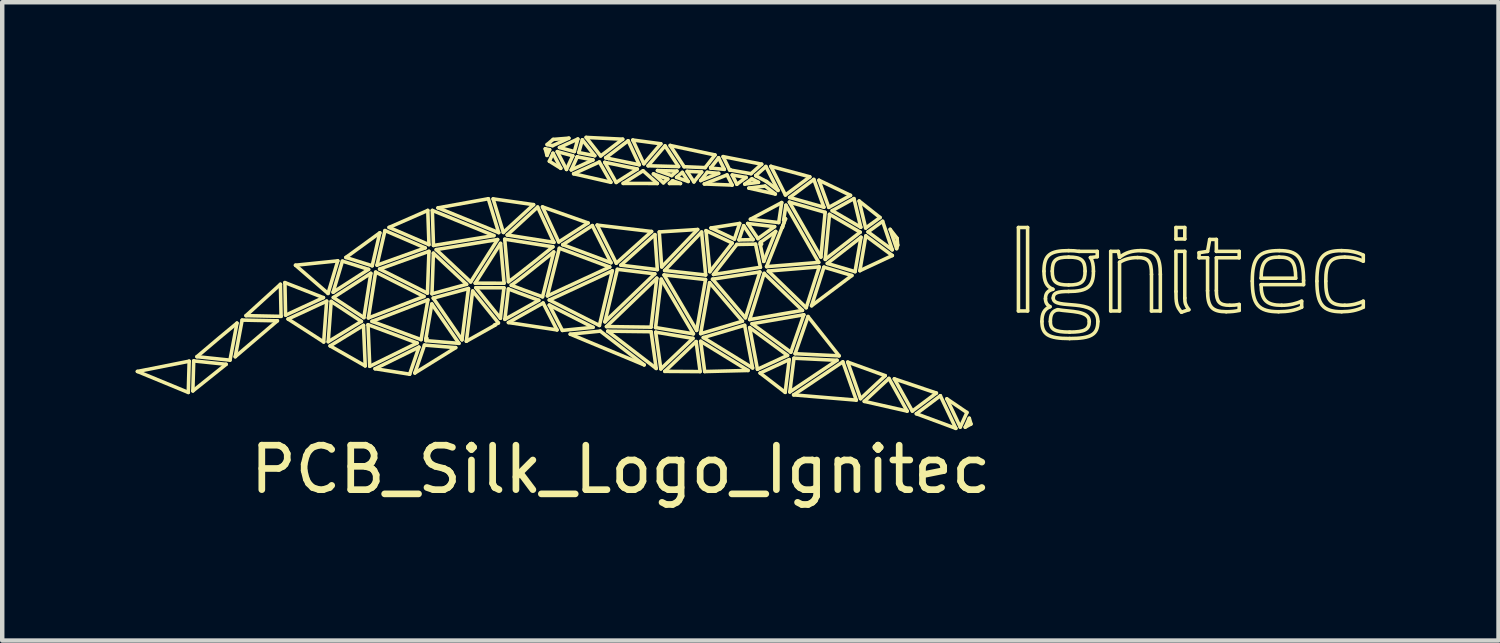
<source format=kicad_pcb>
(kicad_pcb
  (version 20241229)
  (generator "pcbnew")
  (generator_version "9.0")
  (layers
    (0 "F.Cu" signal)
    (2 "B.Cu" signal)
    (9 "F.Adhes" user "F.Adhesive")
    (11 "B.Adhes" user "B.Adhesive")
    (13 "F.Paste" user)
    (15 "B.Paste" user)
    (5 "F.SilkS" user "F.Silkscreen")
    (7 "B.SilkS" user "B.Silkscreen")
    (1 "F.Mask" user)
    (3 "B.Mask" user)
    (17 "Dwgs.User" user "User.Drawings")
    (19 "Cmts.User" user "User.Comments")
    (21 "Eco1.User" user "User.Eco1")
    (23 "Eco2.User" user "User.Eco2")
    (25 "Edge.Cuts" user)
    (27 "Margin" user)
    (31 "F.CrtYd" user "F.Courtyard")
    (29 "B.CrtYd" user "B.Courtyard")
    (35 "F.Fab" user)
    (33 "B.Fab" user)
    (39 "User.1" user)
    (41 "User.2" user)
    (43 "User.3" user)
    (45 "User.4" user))
  (footprint "PCB_Silk_Logo_Ignitec"
    (layer "F.Cu")
    (at 10.609 7.306)
    (property "Reference" "PCB_Silk_Logo_Ignitec" (at 0.3 0.2 0) (unlocked yes) (layer "F.SilkS") (effects (font (size 1 1) (thickness 0.15))))
    (attr exclude_from_pos_files exclude_from_bom)
    (fp_line (start -10.569 -2.003) (end -9.405 -2.234) (stroke (width 0.08) (type solid)) (layer "F.SilkS"))
    (fp_line (start -9.425 -1.531) (end -10.569 -2.003) (stroke (width 0.08) (type solid)) (layer "F.SilkS"))
    (fp_line (start -9.405 -2.234) (end -9.425 -1.531) (stroke (width 0.08) (type solid)) (layer "F.SilkS"))
    (fp_line (start -9.322 -1.565) (end -9.303 -2.24) (stroke (width 0.08) (type solid)) (layer "F.SilkS"))
    (fp_line (start -9.303 -2.24) (end -8.574 -2.164) (stroke (width 0.08) (type solid)) (layer "F.SilkS"))
    (fp_line (start -8.574 -2.164) (end -9.322 -1.565) (stroke (width 0.08) (type solid)) (layer "F.SilkS"))
    (fp_line (start -8.369 -2.334) (end -8.214 -3.158) (stroke (width 0.08) (type solid)) (layer "F.SilkS"))
    (fp_line (start -8.214 -3.158) (end -7.421 -3.142) (stroke (width 0.08) (type solid)) (layer "F.SilkS"))
    (fp_line (start -8.127 -3.258) (end -7.353 -3.963) (stroke (width 0.08) (type solid)) (layer "F.SilkS"))
    (fp_line (start -7.421 -3.142) (end -8.369 -2.334) (stroke (width 0.08) (type solid)) (layer "F.SilkS"))
    (fp_line (start -7.353 -3.963) (end -7.338 -3.242) (stroke (width 0.08) (type solid)) (layer "F.SilkS"))
    (fp_line (start -7.338 -3.242) (end -8.127 -3.258) (stroke (width 0.08) (type solid)) (layer "F.SilkS"))
    (fp_line (start -7.252 -4.001) (end -6.386 -3.663) (stroke (width 0.08) (type solid)) (layer "F.SilkS"))
    (fp_line (start -7.237 -3.269) (end -7.252 -4.001) (stroke (width 0.08) (type solid)) (layer "F.SilkS"))
    (fp_line (start -7.181 -3.182) (end -6.313 -3.584) (stroke (width 0.08) (type solid)) (layer "F.SilkS"))
    (fp_line (start -7.014 -4.392) (end -6.063 -4.49) (stroke (width 0.08) (type solid)) (layer "F.SilkS"))
    (fp_line (start -6.386 -3.663) (end -7.237 -3.269) (stroke (width 0.08) (type solid)) (layer "F.SilkS"))
    (fp_line (start -6.38 -2.666) (end -7.181 -3.182) (stroke (width 0.08) (type solid)) (layer "F.SilkS"))
    (fp_line (start -6.313 -3.584) (end -6.38 -2.666) (stroke (width 0.08) (type solid)) (layer "F.SilkS"))
    (fp_line (start -6.282 -3.757) (end -7.014 -4.392) (stroke (width 0.08) (type solid)) (layer "F.SilkS"))
    (fp_line (start -6.278 -2.672) (end -6.212 -3.577) (stroke (width 0.08) (type solid)) (layer "F.SilkS"))
    (fp_line (start -6.236 -2.578) (end -5.485 -3.039) (stroke (width 0.08) (type solid)) (layer "F.SilkS"))
    (fp_line (start -6.212 -3.577) (end -5.532 -3.129) (stroke (width 0.08) (type solid)) (layer "F.SilkS"))
    (fp_line (start -6.168 -3.784) (end -5.959 -4.484) (stroke (width 0.08) (type solid)) (layer "F.SilkS"))
    (fp_line (start -6.163 -3.666) (end -5.32 -4.209) (stroke (width 0.08) (type solid)) (layer "F.SilkS"))
    (fp_line (start -6.063 -4.49) (end -6.282 -3.757) (stroke (width 0.08) (type solid)) (layer "F.SilkS"))
    (fp_line (start -5.959 -4.484) (end -5.37 -4.298) (stroke (width 0.08) (type solid)) (layer "F.SilkS"))
    (fp_line (start -5.881 -4.566) (end -5.118 -5.121) (stroke (width 0.08) (type solid)) (layer "F.SilkS"))
    (fp_line (start -5.532 -3.129) (end -6.278 -2.672) (stroke (width 0.08) (type solid)) (layer "F.SilkS"))
    (fp_line (start -5.485 -3.039) (end -5.446 -2.128) (stroke (width 0.08) (type solid)) (layer "F.SilkS"))
    (fp_line (start -5.476 -3.214) (end -6.163 -3.666) (stroke (width 0.08) (type solid)) (layer "F.SilkS"))
    (fp_line (start -5.446 -2.128) (end -6.236 -2.578) (stroke (width 0.08) (type solid)) (layer "F.SilkS"))
    (fp_line (start -5.383 -3.054) (end -4.278 -2.643) (stroke (width 0.08) (type solid)) (layer "F.SilkS"))
    (fp_line (start -5.374 -3.207) (end -5.212 -4.237) (stroke (width 0.08) (type solid)) (layer "F.SilkS"))
    (fp_line (start -5.37 -4.298) (end -6.168 -3.784) (stroke (width 0.08) (type solid)) (layer "F.SilkS"))
    (fp_line (start -5.344 -2.119) (end -5.383 -3.054) (stroke (width 0.08) (type solid)) (layer "F.SilkS"))
    (fp_line (start -5.32 -4.209) (end -5.476 -3.214) (stroke (width 0.08) (type solid)) (layer "F.SilkS"))
    (fp_line (start -5.294 -3.129) (end -4.037 -3.613) (stroke (width 0.08) (type solid)) (layer "F.SilkS"))
    (fp_line (start -5.289 -4.379) (end -5.881 -4.566) (stroke (width 0.08) (type solid)) (layer "F.SilkS"))
    (fp_line (start -5.225 -2.064) (end -4.238 -2.55) (stroke (width 0.08) (type solid)) (layer "F.SilkS"))
    (fp_line (start -5.212 -4.237) (end -4.124 -3.689) (stroke (width 0.08) (type solid)) (layer "F.SilkS"))
    (fp_line (start -5.181 -4.393) (end -5.002 -5.171) (stroke (width 0.08) (type solid)) (layer "F.SilkS"))
    (fp_line (start -5.123 -4.306) (end -4.013 -4.704) (stroke (width 0.08) (type solid)) (layer "F.SilkS"))
    (fp_line (start -5.118 -5.121) (end -5.289 -4.379) (stroke (width 0.08) (type solid)) (layer "F.SilkS"))
    (fp_line (start -5.002 -5.171) (end -4.098 -4.781) (stroke (width 0.08) (type solid)) (layer "F.SilkS"))
    (fp_line (start -4.91 -5.242) (end -4.039 -5.624) (stroke (width 0.08) (type solid)) (layer "F.SilkS"))
    (fp_line (start -4.447 -1.941) (end -5.225 -2.064) (stroke (width 0.08) (type solid)) (layer "F.SilkS"))
    (fp_line (start -4.33 -1.968) (end -4.114 -2.596) (stroke (width 0.08) (type solid)) (layer "F.SilkS"))
    (fp_line (start -4.278 -2.643) (end -5.344 -2.119) (stroke (width 0.08) (type solid)) (layer "F.SilkS"))
    (fp_line (start -4.238 -2.55) (end -4.447 -1.941) (stroke (width 0.08) (type solid)) (layer "F.SilkS"))
    (fp_line (start -4.19 -2.719) (end -5.294 -3.129) (stroke (width 0.08) (type solid)) (layer "F.SilkS"))
    (fp_line (start -4.124 -3.689) (end -5.374 -3.207) (stroke (width 0.08) (type solid)) (layer "F.SilkS"))
    (fp_line (start -4.114 -2.596) (end -3.411 -2.539) (stroke (width 0.08) (type solid)) (layer "F.SilkS"))
    (fp_line (start -4.098 -4.781) (end -5.181 -4.393) (stroke (width 0.08) (type solid)) (layer "F.SilkS"))
    (fp_line (start -4.083 -2.738) (end -3.949 -3.521) (stroke (width 0.08) (type solid)) (layer "F.SilkS"))
    (fp_line (start -4.08 -2.695) (end -4.062 -2.748) (stroke (width 0.08) (type solid)) (layer "F.SilkS"))
    (fp_line (start -4.062 -2.748) (end -4.083 -2.738) (stroke (width 0.08) (type solid)) (layer "F.SilkS"))
    (fp_line (start -4.047 -3.764) (end -5.123 -4.306) (stroke (width 0.08) (type solid)) (layer "F.SilkS"))
    (fp_line (start -4.039 -5.624) (end -4.013 -4.855) (stroke (width 0.08) (type solid)) (layer "F.SilkS"))
    (fp_line (start -4.037 -3.613) (end -4.19 -2.719) (stroke (width 0.08) (type solid)) (layer "F.SilkS"))
    (fp_line (start -4.013 -4.704) (end -4.047 -3.764) (stroke (width 0.08) (type solid)) (layer "F.SilkS"))
    (fp_line (start -4.013 -4.855) (end -4.91 -5.242) (stroke (width 0.08) (type solid)) (layer "F.SilkS"))
    (fp_line (start -3.949 -3.521) (end -3.338 -2.635) (stroke (width 0.08) (type solid)) (layer "F.SilkS"))
    (fp_line (start -3.945 -3.75) (end -3.913 -4.663) (stroke (width 0.08) (type solid)) (layer "F.SilkS"))
    (fp_line (start -3.937 -5.624) (end -2.551 -5.058) (stroke (width 0.08) (type solid)) (layer "F.SilkS"))
    (fp_line (start -3.916 -3.652) (end -3.125 -3.868) (stroke (width 0.08) (type solid)) (layer "F.SilkS"))
    (fp_line (start -3.913 -4.663) (end -3.166 -3.962) (stroke (width 0.08) (type solid)) (layer "F.SilkS"))
    (fp_line (start -3.911 -4.836) (end -3.937 -5.624) (stroke (width 0.08) (type solid)) (layer "F.SilkS"))
    (fp_line (start -3.85 -4.743) (end -2.469 -4.969) (stroke (width 0.08) (type solid)) (layer "F.SilkS"))
    (fp_line (start -3.81 -5.682) (end -2.678 -5.887) (stroke (width 0.08) (type solid)) (layer "F.SilkS"))
    (fp_line (start -3.411 -2.539) (end -4.33 -1.968) (stroke (width 0.08) (type solid)) (layer "F.SilkS"))
    (fp_line (start -3.338 -2.635) (end -4.08 -2.695) (stroke (width 0.08) (type solid)) (layer "F.SilkS"))
    (fp_line (start -3.27 -2.714) (end -3.916 -3.652) (stroke (width 0.08) (type solid)) (layer "F.SilkS"))
    (fp_line (start -3.172 -2.682) (end -3.03 -3.812) (stroke (width 0.08) (type solid)) (layer "F.SilkS"))
    (fp_line (start -3.166 -3.962) (end -3.945 -3.75) (stroke (width 0.08) (type solid)) (layer "F.SilkS"))
    (fp_line (start -3.125 -3.868) (end -3.27 -2.714) (stroke (width 0.08) (type solid)) (layer "F.SilkS"))
    (fp_line (start -3.075 -4.016) (end -3.85 -4.743) (stroke (width 0.08) (type solid)) (layer "F.SilkS"))
    (fp_line (start -3.03 -3.812) (end -2.451 -3.094) (stroke (width 0.08) (type solid)) (layer "F.SilkS"))
    (fp_line (start -2.973 -3.988) (end -2.403 -4.883) (stroke (width 0.08) (type solid)) (layer "F.SilkS"))
    (fp_line (start -2.959 -3.886) (end -2.326 -3.885) (stroke (width 0.08) (type solid)) (layer "F.SilkS"))
    (fp_line (start -2.678 -5.887) (end -2.445 -5.125) (stroke (width 0.08) (type solid)) (layer "F.SilkS"))
    (fp_line (start -2.57 -5.884) (end -1.66 -5.754) (stroke (width 0.08) (type solid)) (layer "F.SilkS"))
    (fp_line (start -2.551 -5.058) (end -3.911 -4.836) (stroke (width 0.08) (type solid)) (layer "F.SilkS"))
    (fp_line (start -2.538 -3.046) (end -2.527 -3.044) (stroke (width 0.08) (type solid)) (layer "F.SilkS"))
    (fp_line (start -2.527 -3.044) (end -3.172 -2.682) (stroke (width 0.08) (type solid)) (layer "F.SilkS"))
    (fp_line (start -2.469 -4.969) (end -3.075 -4.016) (stroke (width 0.08) (type solid)) (layer "F.SilkS"))
    (fp_line (start -2.451 -3.094) (end -2.538 -3.046) (stroke (width 0.08) (type solid)) (layer "F.SilkS"))
    (fp_line (start -2.445 -5.125) (end -3.81 -5.682) (stroke (width 0.08) (type solid)) (layer "F.SilkS"))
    (fp_line (start -2.406 -3.2) (end -2.959 -3.886) (stroke (width 0.08) (type solid)) (layer "F.SilkS"))
    (fp_line (start -2.403 -4.883) (end -2.324 -3.987) (stroke (width 0.08) (type solid)) (layer "F.SilkS"))
    (fp_line (start -2.34 -5.129) (end -2.57 -5.884) (stroke (width 0.08) (type solid)) (layer "F.SilkS"))
    (fp_line (start -2.326 -3.885) (end -2.406 -3.2) (stroke (width 0.08) (type solid)) (layer "F.SilkS"))
    (fp_line (start -2.324 -3.987) (end -2.973 -3.988) (stroke (width 0.08) (type solid)) (layer "F.SilkS"))
    (fp_line (start -2.253 -5.071) (end -1.569 -5.7) (stroke (width 0.08) (type solid)) (layer "F.SilkS"))
    (fp_line (start -2.226 -3.103) (end -1.445 -3.542) (stroke (width 0.08) (type solid)) (layer "F.SilkS"))
    (fp_line (start -1.66 -5.754) (end -2.34 -5.129) (stroke (width 0.08) (type solid)) (layer "F.SilkS"))
    (fp_line (start -1.569 -5.7) (end -1.203 -4.906) (stroke (width 0.08) (type solid)) (layer "F.SilkS"))
    (fp_line (start -1.46 -5.703) (end -0.434 -5.342) (stroke (width 0.08) (type solid)) (layer "F.SilkS"))
    (fp_line (start -1.445 -3.542) (end -1.133 -2.937) (stroke (width 0.08) (type solid)) (layer "F.SilkS"))
    (fp_line (start -1.398 -7.01) (end -1.299 -6.99) (stroke (width 0.08) (type solid)) (layer "F.SilkS"))
    (fp_line (start -1.358 -6.861) (end -1.398 -7.01) (stroke (width 0.08) (type solid)) (layer "F.SilkS"))
    (fp_line (start -1.356 -7.105) (end -1.22 -7.221) (stroke (width 0.08) (type solid)) (layer "F.SilkS"))
    (fp_line (start -1.349 -3.702) (end -1.081 -4.773) (stroke (width 0.08) (type solid)) (layer "F.SilkS"))
    (fp_line (start -1.307 -3.609) (end 0.111 -4.266) (stroke (width 0.08) (type solid)) (layer "F.SilkS"))
    (fp_line (start -1.307 -3.495) (end -0.323 -2.995) (stroke (width 0.08) (type solid)) (layer "F.SilkS"))
    (fp_line (start -1.305 -6.73) (end -1.224 -6.91) (stroke (width 0.08) (type solid)) (layer "F.SilkS"))
    (fp_line (start -1.299 -6.99) (end -1.358 -6.861) (stroke (width 0.08) (type solid)) (layer "F.SilkS"))
    (fp_line (start -1.233 -7.08) (end -1.356 -7.105) (stroke (width 0.08) (type solid)) (layer "F.SilkS"))
    (fp_line (start -1.224 -6.91) (end -1.048 -6.571) (stroke (width 0.08) (type solid)) (layer "F.SilkS"))
    (fp_line (start -1.22 -7.221) (end -0.867 -7.249) (stroke (width 0.08) (type solid)) (layer "F.SilkS"))
    (fp_line (start -1.203 -4.906) (end -2.253 -5.071) (stroke (width 0.08) (type solid)) (layer "F.SilkS"))
    (fp_line (start -1.133 -2.937) (end -2.226 -3.103) (stroke (width 0.08) (type solid)) (layer "F.SilkS"))
    (fp_line (start -1.128 -6.947) (end -0.779 -6.853) (stroke (width 0.08) (type solid)) (layer "F.SilkS"))
    (fp_line (start -1.095 -4.915) (end -1.46 -5.703) (stroke (width 0.08) (type solid)) (layer "F.SilkS"))
    (fp_line (start -1.081 -4.773) (end 0.052 -4.351) (stroke (width 0.08) (type solid)) (layer "F.SilkS"))
    (fp_line (start -1.078 -7.039) (end -0.665 -7.23) (stroke (width 0.08) (type solid)) (layer "F.SilkS"))
    (fp_line (start -1.048 -6.571) (end -1.305 -6.73) (stroke (width 0.08) (type solid)) (layer "F.SilkS"))
    (fp_line (start -1.013 -2.926) (end -1.307 -3.495) (stroke (width 0.08) (type solid)) (layer "F.SilkS"))
    (fp_line (start -1.004 -4.853) (end -0.339 -5.283) (stroke (width 0.08) (type solid)) (layer "F.SilkS"))
    (fp_line (start -0.92 -6.546) (end -1.128 -6.947) (stroke (width 0.08) (type solid)) (layer "F.SilkS"))
    (fp_line (start -0.867 -7.249) (end -1.233 -7.08) (stroke (width 0.08) (type solid)) (layer "F.SilkS"))
    (fp_line (start -0.836 -2.841) (end -0.16 -2.91) (stroke (width 0.08) (type solid)) (layer "F.SilkS"))
    (fp_line (start -0.813 -6.535) (end -0.68 -6.826) (stroke (width 0.08) (type solid)) (layer "F.SilkS"))
    (fp_line (start -0.779 -6.853) (end -0.92 -6.546) (stroke (width 0.08) (type solid)) (layer "F.SilkS"))
    (fp_line (start -0.76 -6.448) (end -0.181 -6.713) (stroke (width 0.08) (type solid)) (layer "F.SilkS"))
    (fp_line (start -0.743 -6.948) (end -1.078 -7.039) (stroke (width 0.08) (type solid)) (layer "F.SilkS"))
    (fp_line (start -0.68 -6.826) (end -0.678 -6.825) (stroke (width 0.08) (type solid)) (layer "F.SilkS"))
    (fp_line (start -0.678 -6.825) (end -0.677 -6.828) (stroke (width 0.08) (type solid)) (layer "F.SilkS"))
    (fp_line (start -0.677 -6.828) (end -0.324 -6.759) (stroke (width 0.08) (type solid)) (layer "F.SilkS"))
    (fp_line (start -0.665 -7.23) (end -0.743 -6.948) (stroke (width 0.08) (type solid)) (layer "F.SilkS"))
    (fp_line (start -0.644 -6.925) (end -0.564 -7.212) (stroke (width 0.08) (type solid)) (layer "F.SilkS"))
    (fp_line (start -0.564 -7.212) (end -0.284 -6.855) (stroke (width 0.08) (type solid)) (layer "F.SilkS"))
    (fp_line (start -0.478 -7.266) (end 0.344 -7.226) (stroke (width 0.08) (type solid)) (layer "F.SilkS"))
    (fp_line (start -0.434 -5.342) (end -1.095 -4.915) (stroke (width 0.08) (type solid)) (layer "F.SilkS"))
    (fp_line (start -0.339 -5.283) (end 0.081 -4.449) (stroke (width 0.08) (type solid)) (layer "F.SilkS"))
    (fp_line (start -0.324 -6.759) (end -0.813 -6.535) (stroke (width 0.08) (type solid)) (layer "F.SilkS"))
    (fp_line (start -0.323 -2.995) (end -1.013 -2.926) (stroke (width 0.08) (type solid)) (layer "F.SilkS"))
    (fp_line (start -0.284 -6.855) (end -0.644 -6.925) (stroke (width 0.08) (type solid)) (layer "F.SilkS"))
    (fp_line (start -0.231 -5.294) (end 0.994 -5.15) (stroke (width 0.08) (type solid)) (layer "F.SilkS"))
    (fp_line (start -0.181 -6.713) (end 0.078 -6.257) (stroke (width 0.08) (type solid)) (layer "F.SilkS"))
    (fp_line (start -0.18 -3.037) (end -1.307 -3.609) (stroke (width 0.08) (type solid)) (layer "F.SilkS"))
    (fp_line (start -0.16 -2.91) (end 0.827 -2.15) (stroke (width 0.08) (type solid)) (layer "F.SilkS"))
    (fp_line (start -0.151 -6.849) (end -0.478 -7.266) (stroke (width 0.08) (type solid)) (layer "F.SilkS"))
    (fp_line (start -0.06 -6.706) (end 0.673 -6.555) (stroke (width 0.08) (type solid)) (layer "F.SilkS"))
    (fp_line (start -0.056 -3.119) (end 0.224 -4.3) (stroke (width 0.08) (type solid)) (layer "F.SilkS"))
    (fp_line (start -0.039 -6.806) (end 0.466 -7.191) (stroke (width 0.08) (type solid)) (layer "F.SilkS"))
    (fp_line (start -0.021 -3.012) (end 1.111 -4.1) (stroke (width 0.08) (type solid)) (layer "F.SilkS"))
    (fp_line (start 0.007 -2.909) (end 0.982 -2.897) (stroke (width 0.08) (type solid)) (layer "F.SilkS"))
    (fp_line (start 0.024 -6.793) (end 0.025 -6.793) (stroke (width 0.08) (type solid)) (layer "F.SilkS"))
    (fp_line (start 0.025 -6.793) (end -0.039 -6.806) (stroke (width 0.08) (type solid)) (layer "F.SilkS"))
    (fp_line (start 0.052 -4.351) (end -1.349 -3.702) (stroke (width 0.08) (type solid)) (layer "F.SilkS"))
    (fp_line (start 0.078 -6.257) (end -0.76 -6.448) (stroke (width 0.08) (type solid)) (layer "F.SilkS"))
    (fp_line (start 0.081 -4.449) (end -1.004 -4.853) (stroke (width 0.08) (type solid)) (layer "F.SilkS"))
    (fp_line (start 0.111 -4.266) (end -0.18 -3.037) (stroke (width 0.08) (type solid)) (layer "F.SilkS"))
    (fp_line (start 0.197 -6.253) (end -0.06 -6.706) (stroke (width 0.08) (type solid)) (layer "F.SilkS"))
    (fp_line (start 0.2 -4.438) (end -0.231 -5.294) (stroke (width 0.08) (type solid)) (layer "F.SilkS"))
    (fp_line (start 0.224 -4.3) (end 1.066 -4.198) (stroke (width 0.08) (type solid)) (layer "F.SilkS"))
    (fp_line (start 0.302 -4.393) (end 1.068 -5.08) (stroke (width 0.08) (type solid)) (layer "F.SilkS"))
    (fp_line (start 0.344 -7.226) (end -0.151 -6.849) (stroke (width 0.08) (type solid)) (layer "F.SilkS"))
    (fp_line (start 0.354 -6.232) (end 0.802 -6.516) (stroke (width 0.08) (type solid)) (layer "F.SilkS"))
    (fp_line (start 0.466 -7.191) (end 0.718 -6.65) (stroke (width 0.08) (type solid)) (layer "F.SilkS"))
    (fp_line (start 0.571 -7.207) (end 1.202 -7.123) (stroke (width 0.08) (type solid)) (layer "F.SilkS"))
    (fp_line (start 0.673 -6.555) (end 0.197 -6.253) (stroke (width 0.08) (type solid)) (layer "F.SilkS"))
    (fp_line (start 0.718 -6.65) (end 0.024 -6.793) (stroke (width 0.08) (type solid)) (layer "F.SilkS"))
    (fp_line (start 0.802 -6.516) (end 1.123 -6.23) (stroke (width 0.08) (type solid)) (layer "F.SilkS"))
    (fp_line (start 0.819 -6.673) (end 0.571 -7.207) (stroke (width 0.08) (type solid)) (layer "F.SilkS"))
    (fp_line (start 0.827 -2.15) (end -0.836 -2.841) (stroke (width 0.08) (type solid)) (layer "F.SilkS"))
    (fp_line (start 0.914 -6.628) (end 1.296 -7.076) (stroke (width 0.08) (type solid)) (layer "F.SilkS"))
    (fp_line (start 0.982 -2.999) (end -0.021 -3.012) (stroke (width 0.08) (type solid)) (layer "F.SilkS"))
    (fp_line (start 0.982 -2.897) (end 1.097 -2.071) (stroke (width 0.08) (type solid)) (layer "F.SilkS"))
    (fp_line (start 0.994 -5.15) (end 0.2 -4.438) (stroke (width 0.08) (type solid)) (layer "F.SilkS"))
    (fp_line (start 1.035 -6.445) (end 1.358 -6.33) (stroke (width 0.08) (type solid)) (layer "F.SilkS"))
    (fp_line (start 1.066 -4.198) (end -0.056 -3.119) (stroke (width 0.08) (type solid)) (layer "F.SilkS"))
    (fp_line (start 1.068 -5.08) (end 1.123 -4.293) (stroke (width 0.08) (type solid)) (layer "F.SilkS"))
    (fp_line (start 1.083 -2.99) (end 1.211 -4.079) (stroke (width 0.08) (type solid)) (layer "F.SilkS"))
    (fp_line (start 1.086 -2.886) (end 1.924 -2.747) (stroke (width 0.08) (type solid)) (layer "F.SilkS"))
    (fp_line (start 1.097 -2.071) (end 0.007 -2.909) (stroke (width 0.08) (type solid)) (layer "F.SilkS"))
    (fp_line (start 1.111 -4.1) (end 0.982 -2.999) (stroke (width 0.08) (type solid)) (layer "F.SilkS"))
    (fp_line (start 1.123 -6.23) (end 0.354 -6.232) (stroke (width 0.08) (type solid)) (layer "F.SilkS"))
    (fp_line (start 1.123 -4.293) (end 0.302 -4.393) (stroke (width 0.08) (type solid)) (layer "F.SilkS"))
    (fp_line (start 1.125 -6.521) (end 1.564 -6.509) (stroke (width 0.08) (type solid)) (layer "F.SilkS"))
    (fp_line (start 1.166 -5.14) (end 2.03 -5.195) (stroke (width 0.08) (type solid)) (layer "F.SilkS"))
    (fp_line (start 1.201 -2.06) (end 1.086 -2.886) (stroke (width 0.08) (type solid)) (layer "F.SilkS"))
    (fp_line (start 1.202 -7.123) (end 0.819 -6.673) (stroke (width 0.08) (type solid)) (layer "F.SilkS"))
    (fp_line (start 1.211 -4.079) (end 1.934 -2.849) (stroke (width 0.08) (type solid)) (layer "F.SilkS"))
    (fp_line (start 1.221 -4.353) (end 1.166 -5.14) (stroke (width 0.08) (type solid)) (layer "F.SilkS"))
    (fp_line (start 1.259 -6.245) (end 1.035 -6.445) (stroke (width 0.08) (type solid)) (layer "F.SilkS"))
    (fp_line (start 1.274 -4.174) (end 2.207 -4.07) (stroke (width 0.08) (type solid)) (layer "F.SilkS"))
    (fp_line (start 1.287 -4.274) (end 2.118 -5.138) (stroke (width 0.08) (type solid)) (layer "F.SilkS"))
    (fp_line (start 1.291 -2.005) (end 1.995 -2.675) (stroke (width 0.08) (type solid)) (layer "F.SilkS"))
    (fp_line (start 1.296 -7.076) (end 1.601 -6.61) (stroke (width 0.08) (type solid)) (layer "F.SilkS"))
    (fp_line (start 1.358 -6.33) (end 1.259 -6.245) (stroke (width 0.08) (type solid)) (layer "F.SilkS"))
    (fp_line (start 1.395 -6.23) (end 1.467 -6.292) (stroke (width 0.08) (type solid)) (layer "F.SilkS"))
    (fp_line (start 1.411 -7.085) (end 2.42 -6.871) (stroke (width 0.08) (type solid)) (layer "F.SilkS"))
    (fp_line (start 1.446 -6.407) (end 1.125 -6.521) (stroke (width 0.08) (type solid)) (layer "F.SilkS"))
    (fp_line (start 1.467 -6.292) (end 1.643 -6.229) (stroke (width 0.08) (type solid)) (layer "F.SilkS"))
    (fp_line (start 1.556 -6.368) (end 1.685 -6.48) (stroke (width 0.08) (type solid)) (layer "F.SilkS"))
    (fp_line (start 1.564 -6.509) (end 1.446 -6.407) (stroke (width 0.08) (type solid)) (layer "F.SilkS"))
    (fp_line (start 1.601 -6.61) (end 0.914 -6.628) (stroke (width 0.08) (type solid)) (layer "F.SilkS"))
    (fp_line (start 1.643 -6.229) (end 1.395 -6.23) (stroke (width 0.08) (type solid)) (layer "F.SilkS"))
    (fp_line (start 1.685 -6.48) (end 1.817 -6.275) (stroke (width 0.08) (type solid)) (layer "F.SilkS"))
    (fp_line (start 1.725 -6.607) (end 1.411 -7.085) (stroke (width 0.08) (type solid)) (layer "F.SilkS"))
    (fp_line (start 1.792 -6.502) (end 2.12 -6.489) (stroke (width 0.08) (type solid)) (layer "F.SilkS"))
    (fp_line (start 1.817 -6.275) (end 1.556 -6.368) (stroke (width 0.08) (type solid)) (layer "F.SilkS"))
    (fp_line (start 1.924 -2.747) (end 1.201 -2.06) (stroke (width 0.08) (type solid)) (layer "F.SilkS"))
    (fp_line (start 1.934 -2.849) (end 1.083 -2.99) (stroke (width 0.08) (type solid)) (layer "F.SilkS"))
    (fp_line (start 1.945 -6.265) (end 1.792 -6.502) (stroke (width 0.08) (type solid)) (layer "F.SilkS"))
    (fp_line (start 1.995 -2.675) (end 2.085 -2) (stroke (width 0.08) (type solid)) (layer "F.SilkS"))
    (fp_line (start 2.007 -2.926) (end 1.274 -4.174) (stroke (width 0.08) (type solid)) (layer "F.SilkS"))
    (fp_line (start 2.03 -5.195) (end 1.221 -4.353) (stroke (width 0.08) (type solid)) (layer "F.SilkS"))
    (fp_line (start 2.085 -2) (end 1.291 -2.005) (stroke (width 0.08) (type solid)) (layer "F.SilkS"))
    (fp_line (start 2.097 -2.853) (end 2.298 -3.999) (stroke (width 0.08) (type solid)) (layer "F.SilkS"))
    (fp_line (start 2.097 -2.681) (end 3.163 -2.025) (stroke (width 0.08) (type solid)) (layer "F.SilkS"))
    (fp_line (start 2.098 -6.296) (end 2.245 -6.482) (stroke (width 0.08) (type solid)) (layer "F.SilkS"))
    (fp_line (start 2.118 -5.138) (end 2.21 -4.172) (stroke (width 0.08) (type solid)) (layer "F.SilkS"))
    (fp_line (start 2.12 -6.489) (end 1.945 -6.265) (stroke (width 0.08) (type solid)) (layer "F.SilkS"))
    (fp_line (start 2.156 -2.765) (end 3.086 -3.041) (stroke (width 0.08) (type solid)) (layer "F.SilkS"))
    (fp_line (start 2.18 -6.219) (end 2.69 -6.423) (stroke (width 0.08) (type solid)) (layer "F.SilkS"))
    (fp_line (start 2.188 -2.001) (end 2.097 -2.681) (stroke (width 0.08) (type solid)) (layer "F.SilkS"))
    (fp_line (start 2.198 -6.587) (end 1.725 -6.607) (stroke (width 0.08) (type solid)) (layer "F.SilkS"))
    (fp_line (start 2.207 -4.07) (end 2.007 -2.926) (stroke (width 0.08) (type solid)) (layer "F.SilkS"))
    (fp_line (start 2.21 -4.172) (end 1.287 -4.274) (stroke (width 0.08) (type solid)) (layer "F.SilkS"))
    (fp_line (start 2.217 -5.169) (end 2.807 -4.891) (stroke (width 0.08) (type solid)) (layer "F.SilkS"))
    (fp_line (start 2.245 -6.482) (end 2.502 -6.458) (stroke (width 0.08) (type solid)) (layer "F.SilkS"))
    (fp_line (start 2.298 -3.999) (end 3.036 -3.133) (stroke (width 0.08) (type solid)) (layer "F.SilkS"))
    (fp_line (start 2.305 -4.246) (end 2.217 -5.169) (stroke (width 0.08) (type solid)) (layer "F.SilkS"))
    (fp_line (start 2.322 -6.577) (end 2.326 -6.583) (stroke (width 0.08) (type solid)) (layer "F.SilkS"))
    (fp_line (start 2.324 -6.583) (end 2.5 -6.808) (stroke (width 0.08) (type solid)) (layer "F.SilkS"))
    (fp_line (start 2.326 -6.583) (end 2.324 -6.583) (stroke (width 0.08) (type solid)) (layer "F.SilkS"))
    (fp_line (start 2.329 -5.229) (end 2.974 -5.331) (stroke (width 0.08) (type solid)) (layer "F.SilkS"))
    (fp_line (start 2.364 -4.078) (end 3.429 -4.24) (stroke (width 0.08) (type solid)) (layer "F.SilkS"))
    (fp_line (start 2.385 -4.184) (end 2.911 -4.859) (stroke (width 0.08) (type solid)) (layer "F.SilkS"))
    (fp_line (start 2.42 -6.871) (end 2.198 -6.587) (stroke (width 0.08) (type solid)) (layer "F.SilkS"))
    (fp_line (start 2.5 -6.808) (end 2.629 -6.548) (stroke (width 0.08) (type solid)) (layer "F.SilkS"))
    (fp_line (start 2.502 -6.458) (end 2.098 -6.296) (stroke (width 0.08) (type solid)) (layer "F.SilkS"))
    (fp_line (start 2.601 -6.834) (end 3.469 -6.664) (stroke (width 0.08) (type solid)) (layer "F.SilkS"))
    (fp_line (start 2.629 -6.548) (end 2.322 -6.577) (stroke (width 0.08) (type solid)) (layer "F.SilkS"))
    (fp_line (start 2.69 -6.423) (end 2.806 -6.194) (stroke (width 0.08) (type solid)) (layer "F.SilkS"))
    (fp_line (start 2.747 -6.538) (end 2.601 -6.834) (stroke (width 0.08) (type solid)) (layer "F.SilkS"))
    (fp_line (start 2.749 -6.538) (end 2.747 -6.538) (stroke (width 0.08) (type solid)) (layer "F.SilkS"))
    (fp_line (start 2.75 -6.536) (end 2.749 -6.538) (stroke (width 0.08) (type solid)) (layer "F.SilkS"))
    (fp_line (start 2.766 -6.534) (end 2.75 -6.536) (stroke (width 0.08) (type solid)) (layer "F.SilkS"))
    (fp_line (start 2.766 -6.532) (end 2.766 -6.534) (stroke (width 0.08) (type solid)) (layer "F.SilkS"))
    (fp_line (start 2.806 -6.194) (end 2.18 -6.219) (stroke (width 0.08) (type solid)) (layer "F.SilkS"))
    (fp_line (start 2.807 -6.421) (end 3.119 -6.366) (stroke (width 0.08) (type solid)) (layer "F.SilkS"))
    (fp_line (start 2.807 -4.891) (end 2.305 -4.246) (stroke (width 0.08) (type solid)) (layer "F.SilkS"))
    (fp_line (start 2.857 -4.98) (end 2.329 -5.229) (stroke (width 0.08) (type solid)) (layer "F.SilkS"))
    (fp_line (start 2.911 -6.212) (end 2.807 -6.421) (stroke (width 0.08) (type solid)) (layer "F.SilkS"))
    (fp_line (start 2.911 -4.859) (end 3.331 -4.866) (stroke (width 0.08) (type solid)) (layer "F.SilkS"))
    (fp_line (start 2.958 -4.961) (end 3.064 -5.28) (stroke (width 0.08) (type solid)) (layer "F.SilkS"))
    (fp_line (start 2.974 -5.331) (end 2.857 -4.98) (stroke (width 0.08) (type solid)) (layer "F.SilkS"))
    (fp_line (start 3.036 -3.133) (end 2.097 -2.853) (stroke (width 0.08) (type solid)) (layer "F.SilkS"))
    (fp_line (start 3.064 -5.28) (end 3.276 -4.967) (stroke (width 0.08) (type solid)) (layer "F.SilkS"))
    (fp_line (start 3.086 -3.041) (end 3.265 -2.082) (stroke (width 0.08) (type solid)) (layer "F.SilkS"))
    (fp_line (start 3.088 -6.216) (end 3.249 -6.335) (stroke (width 0.08) (type solid)) (layer "F.SilkS"))
    (fp_line (start 3.104 -3.209) (end 2.364 -4.078) (stroke (width 0.08) (type solid)) (layer "F.SilkS"))
    (fp_line (start 3.119 -6.366) (end 2.911 -6.212) (stroke (width 0.08) (type solid)) (layer "F.SilkS"))
    (fp_line (start 3.154 -5.33) (end 3.76 -5.259) (stroke (width 0.08) (type solid)) (layer "F.SilkS"))
    (fp_line (start 3.163 -2.025) (end 2.188 -2.001) (stroke (width 0.08) (type solid)) (layer "F.SilkS"))
    (fp_line (start 3.181 -6.126) (end 3.546 -6.172) (stroke (width 0.08) (type solid)) (layer "F.SilkS"))
    (fp_line (start 3.199 -3.17) (end 3.525 -4.208) (stroke (width 0.08) (type solid)) (layer "F.SilkS"))
    (fp_line (start 3.199 -2.989) (end 4.051 -2.364) (stroke (width 0.08) (type solid)) (layer "F.SilkS"))
    (fp_line (start 3.216 -5.426) (end 3.92 -5.801) (stroke (width 0.08) (type solid)) (layer "F.SilkS"))
    (fp_line (start 3.23 -6.45) (end 2.766 -6.532) (stroke (width 0.08) (type solid)) (layer "F.SilkS"))
    (fp_line (start 3.249 -6.335) (end 3.397 -6.256) (stroke (width 0.08) (type solid)) (layer "F.SilkS"))
    (fp_line (start 3.252 -3.076) (end 4.417 -3.278) (stroke (width 0.08) (type solid)) (layer "F.SilkS"))
    (fp_line (start 3.265 -2.082) (end 2.156 -2.765) (stroke (width 0.08) (type solid)) (layer "F.SilkS"))
    (fp_line (start 3.276 -4.967) (end 2.958 -4.961) (stroke (width 0.08) (type solid)) (layer "F.SilkS"))
    (fp_line (start 3.331 -4.866) (end 3.441 -4.345) (stroke (width 0.08) (type solid)) (layer "F.SilkS"))
    (fp_line (start 3.337 -6.409) (end 3.564 -6.612) (stroke (width 0.08) (type solid)) (layer "F.SilkS"))
    (fp_line (start 3.338 -6.403) (end 3.337 -6.409) (stroke (width 0.08) (type solid)) (layer "F.SilkS"))
    (fp_line (start 3.374 -2.052) (end 3.199 -2.989) (stroke (width 0.08) (type solid)) (layer "F.SilkS"))
    (fp_line (start 3.385 -4.991) (end 3.154 -5.33) (stroke (width 0.08) (type solid)) (layer "F.SilkS"))
    (fp_line (start 3.397 -6.256) (end 3.088 -6.216) (stroke (width 0.08) (type solid)) (layer "F.SilkS"))
    (fp_line (start 3.429 -4.24) (end 3.104 -3.209) (stroke (width 0.08) (type solid)) (layer "F.SilkS"))
    (fp_line (start 3.434 -1.967) (end 4.089 -2.27) (stroke (width 0.08) (type solid)) (layer "F.SilkS"))
    (fp_line (start 3.435 -4.868) (end 3.465 -4.868) (stroke (width 0.08) (type solid)) (layer "F.SilkS"))
    (fp_line (start 3.441 -4.345) (end 2.385 -4.184) (stroke (width 0.08) (type solid)) (layer "F.SilkS"))
    (fp_line (start 3.441 -4.904) (end 3.444 -4.906) (stroke (width 0.08) (type solid)) (layer "F.SilkS"))
    (fp_line (start 3.443 -4.907) (end 3.784 -5.151) (stroke (width 0.08) (type solid)) (layer "F.SilkS"))
    (fp_line (start 3.444 -4.906) (end 3.443 -4.907) (stroke (width 0.08) (type solid)) (layer "F.SilkS"))
    (fp_line (start 3.465 -4.868) (end 3.441 -4.904) (stroke (width 0.08) (type solid)) (layer "F.SilkS"))
    (fp_line (start 3.469 -6.664) (end 3.23 -6.45) (stroke (width 0.08) (type solid)) (layer "F.SilkS"))
    (fp_line (start 3.517 -4.478) (end 3.435 -4.868) (stroke (width 0.08) (type solid)) (layer "F.SilkS"))
    (fp_line (start 3.525 -4.208) (end 4.386 -3.376) (stroke (width 0.08) (type solid)) (layer "F.SilkS"))
    (fp_line (start 3.546 -6.172) (end 3.776 -5.993) (stroke (width 0.08) (type solid)) (layer "F.SilkS"))
    (fp_line (start 3.564 -6.612) (end 3.837 -6.074) (stroke (width 0.08) (type solid)) (layer "F.SilkS"))
    (fp_line (start 3.576 -6.274) (end 3.338 -6.403) (stroke (width 0.08) (type solid)) (layer "F.SilkS"))
    (fp_line (start 3.579 -4.36) (end 3.93 -5.243) (stroke (width 0.08) (type solid)) (layer "F.SilkS"))
    (fp_line (start 3.581 -6.273) (end 3.576 -6.274) (stroke (width 0.08) (type solid)) (layer "F.SilkS"))
    (fp_line (start 3.618 -4.261) (end 4.764 -4.354) (stroke (width 0.08) (type solid)) (layer "F.SilkS"))
    (fp_line (start 3.676 -6.616) (end 4.552 -6.38) (stroke (width 0.08) (type solid)) (layer "F.SilkS"))
    (fp_line (start 3.76 -5.259) (end 3.385 -4.991) (stroke (width 0.08) (type solid)) (layer "F.SilkS"))
    (fp_line (start 3.776 -5.993) (end 3.181 -6.126) (stroke (width 0.08) (type solid)) (layer "F.SilkS"))
    (fp_line (start 3.784 -5.151) (end 3.517 -4.478) (stroke (width 0.08) (type solid)) (layer "F.SilkS"))
    (fp_line (start 3.837 -6.074) (end 3.581 -6.273) (stroke (width 0.08) (type solid)) (layer "F.SilkS"))
    (fp_line (start 3.852 -5.351) (end 3.216 -5.426) (stroke (width 0.08) (type solid)) (layer "F.SilkS"))
    (fp_line (start 3.92 -5.801) (end 3.852 -5.351) (stroke (width 0.08) (type solid)) (layer "F.SilkS"))
    (fp_line (start 3.93 -5.243) (end 3.936 -5.243) (stroke (width 0.08) (type solid)) (layer "F.SilkS"))
    (fp_line (start 3.936 -5.243) (end 3.944 -5.271) (stroke (width 0.08) (type solid)) (layer "F.SilkS"))
    (fp_line (start 3.944 -5.271) (end 3.946 -5.286) (stroke (width 0.08) (type solid)) (layer "F.SilkS"))
    (fp_line (start 3.946 -5.286) (end 3.967 -5.336) (stroke (width 0.08) (type solid)) (layer "F.SilkS"))
    (fp_line (start 3.963 -5.405) (end 4.014 -5.742) (stroke (width 0.08) (type solid)) (layer "F.SilkS"))
    (fp_line (start 3.967 -5.336) (end 4.006 -5.435) (stroke (width 0.08) (type solid)) (layer "F.SilkS"))
    (fp_line (start 3.998 -1.533) (end 3.434 -1.967) (stroke (width 0.08) (type solid)) (layer "F.SilkS"))
    (fp_line (start 4.003 -5.971) (end 3.676 -6.616) (stroke (width 0.08) (type solid)) (layer "F.SilkS"))
    (fp_line (start 4.006 -5.435) (end 3.963 -5.405) (stroke (width 0.08) (type solid)) (layer "F.SilkS"))
    (fp_line (start 4.014 -5.742) (end 4.752 -4.455) (stroke (width 0.08) (type solid)) (layer "F.SilkS"))
    (fp_line (start 4.051 -2.364) (end 3.374 -2.052) (stroke (width 0.08) (type solid)) (layer "F.SilkS"))
    (fp_line (start 4.089 -2.27) (end 3.998 -1.533) (stroke (width 0.08) (type solid)) (layer "F.SilkS"))
    (fp_line (start 4.092 -5.811) (end 4.896 -5.582) (stroke (width 0.08) (type solid)) (layer "F.SilkS"))
    (fp_line (start 4.098 -5.915) (end 4.642 -6.321) (stroke (width 0.08) (type solid)) (layer "F.SilkS"))
    (fp_line (start 4.102 -1.542) (end 4.195 -2.301) (stroke (width 0.08) (type solid)) (layer "F.SilkS"))
    (fp_line (start 4.125 -2.436) (end 3.252 -3.076) (stroke (width 0.08) (type solid)) (layer "F.SilkS"))
    (fp_line (start 4.187 -1.476) (end 5.294 -2.219) (stroke (width 0.08) (type solid)) (layer "F.SilkS"))
    (fp_line (start 4.195 -2.301) (end 5.164 -2.254) (stroke (width 0.08) (type solid)) (layer "F.SilkS"))
    (fp_line (start 4.221 -2.402) (end 4.511 -3.238) (stroke (width 0.08) (type solid)) (layer "F.SilkS"))
    (fp_line (start 4.386 -3.376) (end 3.199 -3.17) (stroke (width 0.08) (type solid)) (layer "F.SilkS"))
    (fp_line (start 4.417 -3.278) (end 4.125 -2.436) (stroke (width 0.08) (type solid)) (layer "F.SilkS"))
    (fp_line (start 4.47 -3.436) (end 3.618 -4.261) (stroke (width 0.08) (type solid)) (layer "F.SilkS"))
    (fp_line (start 4.511 -3.238) (end 5.211 -2.354) (stroke (width 0.08) (type solid)) (layer "F.SilkS"))
    (fp_line (start 4.552 -6.38) (end 4.003 -5.971) (stroke (width 0.08) (type solid)) (layer "F.SilkS"))
    (fp_line (start 4.591 -3.48) (end 4.869 -4.348) (stroke (width 0.08) (type solid)) (layer "F.SilkS"))
    (fp_line (start 4.642 -6.321) (end 4.869 -5.696) (stroke (width 0.08) (type solid)) (layer "F.SilkS"))
    (fp_line (start 4.752 -4.455) (end 3.579 -4.36) (stroke (width 0.08) (type solid)) (layer "F.SilkS"))
    (fp_line (start 4.757 -6.303) (end 5.467 -5.963) (stroke (width 0.08) (type solid)) (layer "F.SilkS"))
    (fp_line (start 4.764 -4.354) (end 4.47 -3.436) (stroke (width 0.08) (type solid)) (layer "F.SilkS"))
    (fp_line (start 4.801 -4.575) (end 4.092 -5.811) (stroke (width 0.08) (type solid)) (layer "F.SilkS"))
    (fp_line (start 4.869 -5.696) (end 4.098 -5.915) (stroke (width 0.08) (type solid)) (layer "F.SilkS"))
    (fp_line (start 4.869 -4.348) (end 5.498 -4.161) (stroke (width 0.08) (type solid)) (layer "F.SilkS"))
    (fp_line (start 4.896 -5.582) (end 4.801 -4.575) (stroke (width 0.08) (type solid)) (layer "F.SilkS"))
    (fp_line (start 4.898 -4.523) (end 4.994 -5.536) (stroke (width 0.08) (type solid)) (layer "F.SilkS"))
    (fp_line (start 4.945 -4.432) (end 5.703 -5.021) (stroke (width 0.08) (type solid)) (layer "F.SilkS"))
    (fp_line (start 4.978 -5.693) (end 4.757 -6.303) (stroke (width 0.08) (type solid)) (layer "F.SilkS"))
    (fp_line (start 4.994 -5.536) (end 5.685 -5.135) (stroke (width 0.08) (type solid)) (layer "F.SilkS"))
    (fp_line (start 5.054 -5.619) (end 5.544 -5.89) (stroke (width 0.08) (type solid)) (layer "F.SilkS"))
    (fp_line (start 5.164 -2.254) (end 4.102 -1.542) (stroke (width 0.08) (type solid)) (layer "F.SilkS"))
    (fp_line (start 5.211 -2.354) (end 4.221 -2.402) (stroke (width 0.08) (type solid)) (layer "F.SilkS"))
    (fp_line (start 5.294 -2.219) (end 5.597 -1.358) (stroke (width 0.08) (type solid)) (layer "F.SilkS"))
    (fp_line (start 5.404 -2.213) (end 6.248 -1.908) (stroke (width 0.08) (type solid)) (layer "F.SilkS"))
    (fp_line (start 5.467 -5.963) (end 4.978 -5.693) (stroke (width 0.08) (type solid)) (layer "F.SilkS"))
    (fp_line (start 5.498 -4.161) (end 4.591 -3.48) (stroke (width 0.08) (type solid)) (layer "F.SilkS"))
    (fp_line (start 5.544 -5.89) (end 5.698 -5.245) (stroke (width 0.08) (type solid)) (layer "F.SilkS"))
    (fp_line (start 5.569 -4.247) (end 4.945 -4.432) (stroke (width 0.08) (type solid)) (layer "F.SilkS"))
    (fp_line (start 5.597 -1.358) (end 4.187 -1.476) (stroke (width 0.08) (type solid)) (layer "F.SilkS"))
    (fp_line (start 5.661 -5.836) (end 6.131 -5.464) (stroke (width 0.08) (type solid)) (layer "F.SilkS"))
    (fp_line (start 5.677 -4.269) (end 5.811 -5.052) (stroke (width 0.08) (type solid)) (layer "F.SilkS"))
    (fp_line (start 5.685 -5.135) (end 4.898 -4.523) (stroke (width 0.08) (type solid)) (layer "F.SilkS"))
    (fp_line (start 5.693 -1.391) (end 5.404 -2.213) (stroke (width 0.08) (type solid)) (layer "F.SilkS"))
    (fp_line (start 5.698 -5.245) (end 5.054 -5.619) (stroke (width 0.08) (type solid)) (layer "F.SilkS"))
    (fp_line (start 5.703 -5.021) (end 5.569 -4.247) (stroke (width 0.08) (type solid)) (layer "F.SilkS"))
    (fp_line (start 5.776 -1.33) (end 6.331 -1.846) (stroke (width 0.08) (type solid)) (layer "F.SilkS"))
    (fp_line (start 5.807 -5.228) (end 5.661 -5.836) (stroke (width 0.08) (type solid)) (layer "F.SilkS"))
    (fp_line (start 5.811 -5.052) (end 6.407 -4.61) (stroke (width 0.08) (type solid)) (layer "F.SilkS"))
    (fp_line (start 5.861 -5.141) (end 6.189 -5.38) (stroke (width 0.08) (type solid)) (layer "F.SilkS"))
    (fp_line (start 6.131 -5.464) (end 5.807 -5.228) (stroke (width 0.08) (type solid)) (layer "F.SilkS"))
    (fp_line (start 6.189 -5.38) (end 6.406 -4.738) (stroke (width 0.08) (type solid)) (layer "F.SilkS"))
    (fp_line (start 6.248 -1.908) (end 5.693 -1.391) (stroke (width 0.08) (type solid)) (layer "F.SilkS"))
    (fp_line (start 6.331 -1.846) (end 6.741 -1.111) (stroke (width 0.08) (type solid)) (layer "F.SilkS"))
    (fp_line (start 6.358 -5.198) (end 6.515 -4.997) (stroke (width 0.08) (type solid)) (layer "F.SilkS"))
    (fp_line (start 6.406 -4.738) (end 5.861 -5.141) (stroke (width 0.08) (type solid)) (layer "F.SilkS"))
    (fp_line (start 6.407 -4.61) (end 5.677 -4.269) (stroke (width 0.08) (type solid)) (layer "F.SilkS"))
    (fp_line (start 6.452 -1.837) (end 7.398 -1.517) (stroke (width 0.08) (type solid)) (layer "F.SilkS"))
    (fp_line (start 6.504 -4.765) (end 6.358 -5.198) (stroke (width 0.08) (type solid)) (layer "F.SilkS"))
    (fp_line (start 6.515 -4.997) (end 6.528 -4.844) (stroke (width 0.08) (type solid)) (layer "F.SilkS"))
    (fp_line (start 6.528 -4.844) (end 6.504 -4.765) (stroke (width 0.08) (type solid)) (layer "F.SilkS"))
    (fp_line (start 6.741 -1.111) (end 5.776 -1.33) (stroke (width 0.08) (type solid)) (layer "F.SilkS"))
    (fp_line (start 6.857 -1.112) (end 6.452 -1.837) (stroke (width 0.08) (type solid)) (layer "F.SilkS"))
    (fp_line (start 6.947 -1.052) (end 7.487 -1.457) (stroke (width 0.08) (type solid)) (layer "F.SilkS"))
    (fp_line (start 7.398 -1.517) (end 6.857 -1.112) (stroke (width 0.08) (type solid)) (layer "F.SilkS"))
    (fp_line (start 7.487 -1.457) (end 7.836 -0.723) (stroke (width 0.08) (type solid)) (layer "F.SilkS"))
    (fp_line (start 7.633 -1.387) (end 8.085 -1.08) (stroke (width 0.08) (type solid)) (layer "F.SilkS"))
    (fp_line (start 7.836 -0.723) (end 6.947 -1.052) (stroke (width 0.08) (type solid)) (layer "F.SilkS"))
    (fp_line (start 7.935 -0.752) (end 7.633 -1.387) (stroke (width 0.08) (type solid)) (layer "F.SilkS"))
    (fp_line (start 8.046 -0.75) (end 8.138 -0.951) (stroke (width 0.08) (type solid)) (layer "F.SilkS"))
    (fp_line (start 8.085 -1.08) (end 7.935 -0.752) (stroke (width 0.08) (type solid)) (layer "F.SilkS"))
    (fp_line (start 8.138 -0.951) (end 8.176 -0.821) (stroke (width 0.08) (type solid)) (layer "F.SilkS"))
    (fp_line (start 8.176 -0.821) (end 8.046 -0.75) (stroke (width 0.08) (type solid)) (layer "F.SilkS"))
    (fp_curve (pts (xy -9.23 -2.335) (xy -8.903 -2.613) (xy -8.514 -2.942) (xy -8.33 -3.09)) (stroke (width 0.08) (type solid)) (layer "F.SilkS"))
    (fp_curve (pts (xy -8.487 -2.257) (xy -8.487 -2.257) (xy -9.23 -2.335) (xy -9.23 -2.335)) (stroke (width 0.08) (type solid)) (layer "F.SilkS"))
    (fp_curve (pts (xy -8.33 -3.09) (xy -8.33 -3.09) (xy -8.487 -2.257) (xy -8.487 -2.257)) (stroke (width 0.08) (type solid)) (layer "F.SilkS"))
    (fp_curve (pts (xy -2.309 -4.977) (xy -2.309 -4.977) (xy -1.225 -4.806) (xy -1.225 -4.806)) (stroke (width 0.08) (type solid)) (layer "F.SilkS"))
    (fp_curve (pts (xy -2.306 -3.175) (xy -2.306 -3.175) (xy -2.226 -3.858) (xy -2.226 -3.858)) (stroke (width 0.08) (type solid)) (layer "F.SilkS"))
    (fp_curve (pts (xy -2.226 -3.858) (xy -2.123 -3.815) (xy -1.902 -3.733) (xy -1.543 -3.603)) (stroke (width 0.08) (type solid)) (layer "F.SilkS"))
    (fp_curve (pts (xy -2.225 -4.02) (xy -2.225 -4.02) (xy -2.309 -4.977) (xy -2.309 -4.977)) (stroke (width 0.08) (type solid)) (layer "F.SilkS"))
    (fp_curve (pts (xy -2.162 -3.941) (xy -2.017 -4.042) (xy -1.697 -4.293) (xy -1.207 -4.69)) (stroke (width 0.08) (type solid)) (layer "F.SilkS"))
    (fp_curve (pts (xy -1.543 -3.603) (xy -1.543 -3.603) (xy -2.306 -3.175) (xy -2.306 -3.175)) (stroke (width 0.08) (type solid)) (layer "F.SilkS"))
    (fp_curve (pts (xy -1.459 -3.681) (xy -1.809 -3.807) (xy -2.045 -3.894) (xy -2.162 -3.941)) (stroke (width 0.08) (type solid)) (layer "F.SilkS"))
    (fp_curve (pts (xy -1.225 -4.806) (xy -1.879 -4.276) (xy -2.129 -4.087) (xy -2.225 -4.02)) (stroke (width 0.08) (type solid)) (layer "F.SilkS"))
    (fp_curve (pts (xy -1.207 -4.69) (xy -1.207 -4.69) (xy -1.459 -3.681) (xy -1.459 -3.681)) (stroke (width 0.08) (type solid)) (layer "F.SilkS"))
    (fp_curve (pts (xy 9.243 -5.24) (xy 9.243 -5.24) (xy 9.449 -5.24) (xy 9.449 -5.24)) (stroke (width 0.08) (type solid)) (layer "F.SilkS"))
    (fp_curve (pts (xy 9.243 -3.363) (xy 9.243 -3.363) (xy 9.243 -5.24) (xy 9.243 -5.24)) (stroke (width 0.08) (type solid)) (layer "F.SilkS"))
    (fp_curve (pts (xy 9.449 -5.24) (xy 9.449 -5.24) (xy 9.449 -3.363) (xy 9.449 -3.363)) (stroke (width 0.08) (type solid)) (layer "F.SilkS"))
    (fp_curve (pts (xy 9.449 -3.363) (xy 9.449 -3.363) (xy 9.243 -3.363) (xy 9.243 -3.363)) (stroke (width 0.08) (type solid)) (layer "F.SilkS"))
    (fp_curve (pts (xy 9.771 -3.127) (xy 9.771 -3.301) (xy 9.819 -3.4) (xy 9.953 -3.459)) (stroke (width 0.08) (type solid)) (layer "F.SilkS"))
    (fp_curve (pts (xy 9.817 -4.258) (xy 9.817 -4.618) (xy 9.948 -4.72) (xy 10.372 -4.72)) (stroke (width 0.08) (type solid)) (layer "F.SilkS"))
    (fp_curve (pts (xy 9.851 -3.639) (xy 9.851 -3.754) (xy 9.897 -3.818) (xy 10.018 -3.851)) (stroke (width 0.08) (type solid)) (layer "F.SilkS"))
    (fp_curve (pts (xy 9.953 -3.459) (xy 9.892 -3.494) (xy 9.851 -3.548) (xy 9.851 -3.639)) (stroke (width 0.08) (type solid)) (layer "F.SilkS"))
    (fp_curve (pts (xy 9.961 -3.127) (xy 9.961 -2.947) (xy 10.061 -2.888) (xy 10.393 -2.888)) (stroke (width 0.08) (type solid)) (layer "F.SilkS"))
    (fp_curve (pts (xy 10.004 -4.258) (xy 10.004 -4.02) (xy 10.087 -3.947) (xy 10.372 -3.947)) (stroke (width 0.08) (type solid)) (layer "F.SilkS"))
    (fp_curve (pts (xy 10.018 -3.851) (xy 9.87 -3.912) (xy 9.817 -4.038) (xy 9.817 -4.258)) (stroke (width 0.08) (type solid)) (layer "F.SilkS"))
    (fp_curve (pts (xy 10.026 -3.652) (xy 10.026 -3.368) (xy 11.029 -3.69) (xy 11.029 -3.127)) (stroke (width 0.08) (type solid)) (layer "F.SilkS"))
    (fp_curve (pts (xy 10.13 -3.392) (xy 10.004 -3.363) (xy 9.961 -3.285) (xy 9.961 -3.127)) (stroke (width 0.08) (type solid)) (layer "F.SilkS"))
    (fp_curve (pts (xy 10.372 -4.72) (xy 10.463 -4.72) (xy 10.543 -4.714) (xy 10.608 -4.703)) (stroke (width 0.08) (type solid)) (layer "F.SilkS"))
    (fp_curve (pts (xy 10.372 -4.575) (xy 10.087 -4.575) (xy 10.004 -4.505) (xy 10.004 -4.258)) (stroke (width 0.08) (type solid)) (layer "F.SilkS"))
    (fp_curve (pts (xy 10.372 -3.947) (xy 10.656 -3.947) (xy 10.742 -4.02) (xy 10.742 -4.258)) (stroke (width 0.08) (type solid)) (layer "F.SilkS"))
    (fp_curve (pts (xy 10.372 -3.802) (xy 10.109 -3.802) (xy 10.026 -3.768) (xy 10.026 -3.652)) (stroke (width 0.08) (type solid)) (layer "F.SilkS"))
    (fp_curve (pts (xy 10.393 -2.888) (xy 10.734 -2.888) (xy 10.836 -2.947) (xy 10.836 -3.127)) (stroke (width 0.08) (type solid)) (layer "F.SilkS"))
    (fp_curve (pts (xy 10.393 -2.743) (xy 9.916 -2.743) (xy 9.771 -2.834) (xy 9.771 -3.127)) (stroke (width 0.08) (type solid)) (layer "F.SilkS"))
    (fp_curve (pts (xy 10.608 -4.703) (xy 10.608 -4.703) (xy 11.015 -4.703) (xy 11.015 -4.703)) (stroke (width 0.08) (type solid)) (layer "F.SilkS"))
    (fp_curve (pts (xy 10.742 -4.258) (xy 10.742 -4.505) (xy 10.656 -4.575) (xy 10.372 -4.575)) (stroke (width 0.08) (type solid)) (layer "F.SilkS"))
    (fp_curve (pts (xy 10.836 -3.127) (xy 10.836 -3.376) (xy 10.407 -3.341) (xy 10.13 -3.392)) (stroke (width 0.08) (type solid)) (layer "F.SilkS"))
    (fp_curve (pts (xy 10.862 -4.564) (xy 10.911 -4.494) (xy 10.93 -4.395) (xy 10.93 -4.258)) (stroke (width 0.08) (type solid)) (layer "F.SilkS"))
    (fp_curve (pts (xy 10.93 -4.258) (xy 10.93 -3.912) (xy 10.798 -3.802) (xy 10.372 -3.802)) (stroke (width 0.08) (type solid)) (layer "F.SilkS"))
    (fp_curve (pts (xy 11.015 -4.703) (xy 11.015 -4.703) (xy 11.015 -4.583) (xy 11.015 -4.583)) (stroke (width 0.08) (type solid)) (layer "F.SilkS"))
    (fp_curve (pts (xy 11.015 -4.583) (xy 11.015 -4.583) (xy 10.862 -4.564) (xy 10.862 -4.564)) (stroke (width 0.08) (type solid)) (layer "F.SilkS"))
    (fp_curve (pts (xy 11.029 -3.127) (xy 11.029 -2.834) (xy 10.881 -2.743) (xy 10.393 -2.743)) (stroke (width 0.08) (type solid)) (layer "F.SilkS"))
    (fp_curve (pts (xy 11.318 -4.703) (xy 11.318 -4.703) (xy 11.49 -4.703) (xy 11.49 -4.703)) (stroke (width 0.08) (type solid)) (layer "F.SilkS"))
    (fp_curve (pts (xy 11.318 -3.363) (xy 11.318 -3.363) (xy 11.318 -4.703) (xy 11.318 -4.703)) (stroke (width 0.08) (type solid)) (layer "F.SilkS"))
    (fp_curve (pts (xy 11.49 -4.703) (xy 11.49 -4.703) (xy 11.517 -4.569) (xy 11.517 -4.569)) (stroke (width 0.08) (type solid)) (layer "F.SilkS"))
    (fp_curve (pts (xy 11.517 -4.569) (xy 11.656 -4.677) (xy 11.798 -4.72) (xy 11.994 -4.72)) (stroke (width 0.08) (type solid)) (layer "F.SilkS"))
    (fp_curve (pts (xy 11.517 -4.459) (xy 11.517 -4.459) (xy 11.517 -3.363) (xy 11.517 -3.363)) (stroke (width 0.08) (type solid)) (layer "F.SilkS"))
    (fp_curve (pts (xy 11.517 -3.363) (xy 11.517 -3.363) (xy 11.318 -3.363) (xy 11.318 -3.363)) (stroke (width 0.08) (type solid)) (layer "F.SilkS"))
    (fp_curve (pts (xy 11.922 -4.564) (xy 11.739 -4.564) (xy 11.621 -4.518) (xy 11.517 -4.459)) (stroke (width 0.08) (type solid)) (layer "F.SilkS"))
    (fp_curve (pts (xy 11.994 -4.72) (xy 12.332 -4.72) (xy 12.434 -4.593) (xy 12.434 -4.186)) (stroke (width 0.08) (type solid)) (layer "F.SilkS"))
    (fp_curve (pts (xy 12.235 -4.186) (xy 12.235 -4.475) (xy 12.166 -4.564) (xy 11.922 -4.564)) (stroke (width 0.08) (type solid)) (layer "F.SilkS"))
    (fp_curve (pts (xy 12.235 -3.363) (xy 12.235 -3.363) (xy 12.235 -4.186) (xy 12.235 -4.186)) (stroke (width 0.08) (type solid)) (layer "F.SilkS"))
    (fp_curve (pts (xy 12.434 -4.186) (xy 12.434 -4.186) (xy 12.434 -3.363) (xy 12.434 -3.363)) (stroke (width 0.08) (type solid)) (layer "F.SilkS"))
    (fp_curve (pts (xy 12.434 -3.363) (xy 12.434 -3.363) (xy 12.235 -3.363) (xy 12.235 -3.363)) (stroke (width 0.08) (type solid)) (layer "F.SilkS"))
    (fp_curve (pts (xy 12.785 -5.24) (xy 12.785 -5.24) (xy 12.984 -5.24) (xy 12.984 -5.24)) (stroke (width 0.08) (type solid)) (layer "F.SilkS"))
    (fp_curve (pts (xy 12.785 -4.982) (xy 12.785 -4.982) (xy 12.785 -5.24) (xy 12.785 -5.24)) (stroke (width 0.08) (type solid)) (layer "F.SilkS"))
    (fp_curve (pts (xy 12.785 -4.703) (xy 12.785 -4.703) (xy 12.984 -4.703) (xy 12.984 -4.703)) (stroke (width 0.08) (type solid)) (layer "F.SilkS"))
    (fp_curve (pts (xy 12.785 -3.802) (xy 12.785 -3.802) (xy 12.785 -4.703) (xy 12.785 -4.703)) (stroke (width 0.08) (type solid)) (layer "F.SilkS"))
    (fp_curve (pts (xy 12.909 -3.336) (xy 12.793 -3.467) (xy 12.785 -3.556) (xy 12.785 -3.802)) (stroke (width 0.08) (type solid)) (layer "F.SilkS"))
    (fp_curve (pts (xy 12.984 -5.24) (xy 12.984 -5.24) (xy 12.984 -4.982) (xy 12.984 -4.982)) (stroke (width 0.08) (type solid)) (layer "F.SilkS"))
    (fp_curve (pts (xy 12.984 -4.982) (xy 12.984 -4.982) (xy 12.785 -4.982) (xy 12.785 -4.982)) (stroke (width 0.08) (type solid)) (layer "F.SilkS"))
    (fp_curve (pts (xy 12.984 -4.703) (xy 12.984 -4.703) (xy 12.984 -3.655) (xy 12.984 -3.655)) (stroke (width 0.08) (type solid)) (layer "F.SilkS"))
    (fp_curve (pts (xy 12.984 -3.655) (xy 12.984 -3.542) (xy 13 -3.494) (xy 13.075 -3.392)) (stroke (width 0.08) (type solid)) (layer "F.SilkS"))
    (fp_curve (pts (xy 13.075 -3.392) (xy 13.021 -3.376) (xy 12.965 -3.355) (xy 12.909 -3.336)) (stroke (width 0.08) (type solid)) (layer "F.SilkS"))
    (fp_curve (pts (xy 13.305 -4.674) (xy 13.305 -4.674) (xy 13.496 -4.703) (xy 13.496 -4.703)) (stroke (width 0.08) (type solid)) (layer "F.SilkS"))
    (fp_curve (pts (xy 13.305 -4.559) (xy 13.305 -4.559) (xy 13.305 -4.674) (xy 13.305 -4.674)) (stroke (width 0.08) (type solid)) (layer "F.SilkS"))
    (fp_curve (pts (xy 13.496 -4.703) (xy 13.496 -4.703) (xy 13.544 -4.972) (xy 13.544 -4.972)) (stroke (width 0.08) (type solid)) (layer "F.SilkS"))
    (fp_curve (pts (xy 13.496 -4.559) (xy 13.496 -4.559) (xy 13.305 -4.559) (xy 13.305 -4.559)) (stroke (width 0.08) (type solid)) (layer "F.SilkS"))
    (fp_curve (pts (xy 13.496 -3.818) (xy 13.496 -3.818) (xy 13.496 -4.559) (xy 13.496 -4.559)) (stroke (width 0.08) (type solid)) (layer "F.SilkS"))
    (fp_curve (pts (xy 13.544 -4.972) (xy 13.544 -4.972) (xy 13.694 -4.972) (xy 13.694 -4.972)) (stroke (width 0.08) (type solid)) (layer "F.SilkS"))
    (fp_curve (pts (xy 13.694 -4.972) (xy 13.694 -4.972) (xy 13.694 -4.703) (xy 13.694 -4.703)) (stroke (width 0.08) (type solid)) (layer "F.SilkS"))
    (fp_curve (pts (xy 13.694 -4.703) (xy 13.694 -4.703) (xy 14.207 -4.703) (xy 14.207 -4.703)) (stroke (width 0.08) (type solid)) (layer "F.SilkS"))
    (fp_curve (pts (xy 13.694 -4.559) (xy 13.694 -4.559) (xy 13.694 -3.821) (xy 13.694 -3.821)) (stroke (width 0.08) (type solid)) (layer "F.SilkS"))
    (fp_curve (pts (xy 13.694 -3.821) (xy 13.694 -3.569) (xy 13.761 -3.491) (xy 13.992 -3.491)) (stroke (width 0.08) (type solid)) (layer "F.SilkS"))
    (fp_curve (pts (xy 13.917 -3.346) (xy 13.592 -3.346) (xy 13.496 -3.459) (xy 13.496 -3.818)) (stroke (width 0.08) (type solid)) (layer "F.SilkS"))
    (fp_curve (pts (xy 13.992 -3.491) (xy 14.075 -3.491) (xy 14.145 -3.497) (xy 14.207 -3.51)) (stroke (width 0.08) (type solid)) (layer "F.SilkS"))
    (fp_curve (pts (xy 14.207 -4.703) (xy 14.207 -4.703) (xy 14.207 -4.559) (xy 14.207 -4.559)) (stroke (width 0.08) (type solid)) (layer "F.SilkS"))
    (fp_curve (pts (xy 14.207 -4.559) (xy 14.207 -4.559) (xy 13.694 -4.559) (xy 13.694 -4.559)) (stroke (width 0.08) (type solid)) (layer "F.SilkS"))
    (fp_curve (pts (xy 14.207 -3.51) (xy 14.207 -3.51) (xy 14.207 -3.376) (xy 14.207 -3.376)) (stroke (width 0.08) (type solid)) (layer "F.SilkS"))
    (fp_curve (pts (xy 14.207 -3.376) (xy 14.123 -3.355) (xy 14.027 -3.346) (xy 13.917 -3.346)) (stroke (width 0.08) (type solid)) (layer "F.SilkS"))
    (fp_curve (pts (xy 14.502 -4.033) (xy 14.502 -4.567) (xy 14.644 -4.72) (xy 15.108 -4.72)) (stroke (width 0.08) (type solid)) (layer "F.SilkS"))
    (fp_curve (pts (xy 14.7 -4.1) (xy 14.7 -4.1) (xy 15.478 -4.1) (xy 15.478 -4.1)) (stroke (width 0.08) (type solid)) (layer "F.SilkS"))
    (fp_curve (pts (xy 14.7 -3.955) (xy 14.703 -3.604) (xy 14.826 -3.491) (xy 15.161 -3.491)) (stroke (width 0.08) (type solid)) (layer "F.SilkS"))
    (fp_curve (pts (xy 15.092 -3.346) (xy 14.638 -3.346) (xy 14.502 -3.51) (xy 14.502 -4.033)) (stroke (width 0.08) (type solid)) (layer "F.SilkS"))
    (fp_curve (pts (xy 15.105 -4.575) (xy 14.805 -4.575) (xy 14.705 -4.467) (xy 14.7 -4.1)) (stroke (width 0.08) (type solid)) (layer "F.SilkS"))
    (fp_curve (pts (xy 15.108 -4.72) (xy 15.526 -4.72) (xy 15.655 -4.569) (xy 15.655 -4.049)) (stroke (width 0.08) (type solid)) (layer "F.SilkS"))
    (fp_curve (pts (xy 15.161 -3.491) (xy 15.36 -3.491) (xy 15.499 -3.534) (xy 15.612 -3.583)) (stroke (width 0.08) (type solid)) (layer "F.SilkS"))
    (fp_curve (pts (xy 15.478 -4.1) (xy 15.475 -4.475) (xy 15.389 -4.575) (xy 15.105 -4.575)) (stroke (width 0.08) (type solid)) (layer "F.SilkS"))
    (fp_curve (pts (xy 15.612 -3.583) (xy 15.612 -3.583) (xy 15.612 -3.448) (xy 15.612 -3.448)) (stroke (width 0.08) (type solid)) (layer "F.SilkS"))
    (fp_curve (pts (xy 15.612 -3.448) (xy 15.467 -3.376) (xy 15.301 -3.346) (xy 15.092 -3.346)) (stroke (width 0.08) (type solid)) (layer "F.SilkS"))
    (fp_curve (pts (xy 15.655 -4.049) (xy 15.655 -4.049) (xy 15.655 -3.955) (xy 15.655 -3.955)) (stroke (width 0.08) (type solid)) (layer "F.SilkS"))
    (fp_curve (pts (xy 15.655 -3.955) (xy 15.655 -3.955) (xy 14.7 -3.955) (xy 14.7 -3.955)) (stroke (width 0.08) (type solid)) (layer "F.SilkS"))
    (fp_curve (pts (xy 15.955 -4.033) (xy 15.955 -4.567) (xy 16.087 -4.72) (xy 16.51 -4.72)) (stroke (width 0.08) (type solid)) (layer "F.SilkS"))
    (fp_curve (pts (xy 16.154 -4.033) (xy 16.154 -3.617) (xy 16.253 -3.491) (xy 16.58 -3.491)) (stroke (width 0.08) (type solid)) (layer "F.SilkS"))
    (fp_curve (pts (xy 16.51 -4.72) (xy 16.706 -4.72) (xy 16.859 -4.687) (xy 16.998 -4.618)) (stroke (width 0.08) (type solid)) (layer "F.SilkS"))
    (fp_curve (pts (xy 16.51 -3.346) (xy 16.087 -3.346) (xy 15.955 -3.51) (xy 15.955 -4.033)) (stroke (width 0.08) (type solid)) (layer "F.SilkS"))
    (fp_curve (pts (xy 16.58 -4.575) (xy 16.253 -4.575) (xy 16.154 -4.454) (xy 16.154 -4.033)) (stroke (width 0.08) (type solid)) (layer "F.SilkS"))
    (fp_curve (pts (xy 16.58 -3.491) (xy 16.765 -3.491) (xy 16.894 -3.534) (xy 16.998 -3.583)) (stroke (width 0.08) (type solid)) (layer "F.SilkS"))
    (fp_curve (pts (xy 16.998 -4.618) (xy 16.998 -4.618) (xy 16.998 -4.483) (xy 16.998 -4.483)) (stroke (width 0.08) (type solid)) (layer "F.SilkS"))
    (fp_curve (pts (xy 16.998 -4.483) (xy 16.894 -4.532) (xy 16.765 -4.575) (xy 16.58 -4.575)) (stroke (width 0.08) (type solid)) (layer "F.SilkS"))
    (fp_curve (pts (xy 16.998 -3.583) (xy 16.998 -3.583) (xy 16.998 -3.448) (xy 16.998 -3.448)) (stroke (width 0.08) (type solid)) (layer "F.SilkS"))
    (fp_curve (pts (xy 16.998 -3.448) (xy 16.859 -3.379) (xy 16.706 -3.346) (xy 16.51 -3.346)) (stroke (width 0.08) (type solid)) (layer "F.SilkS")))
  (gr_rect
    (start -3 -3)
    (end 30.648 11.354)
    (stroke (width 0.1) (type default))
    (fill no)
    (layer "Edge.Cuts")))
</source>
